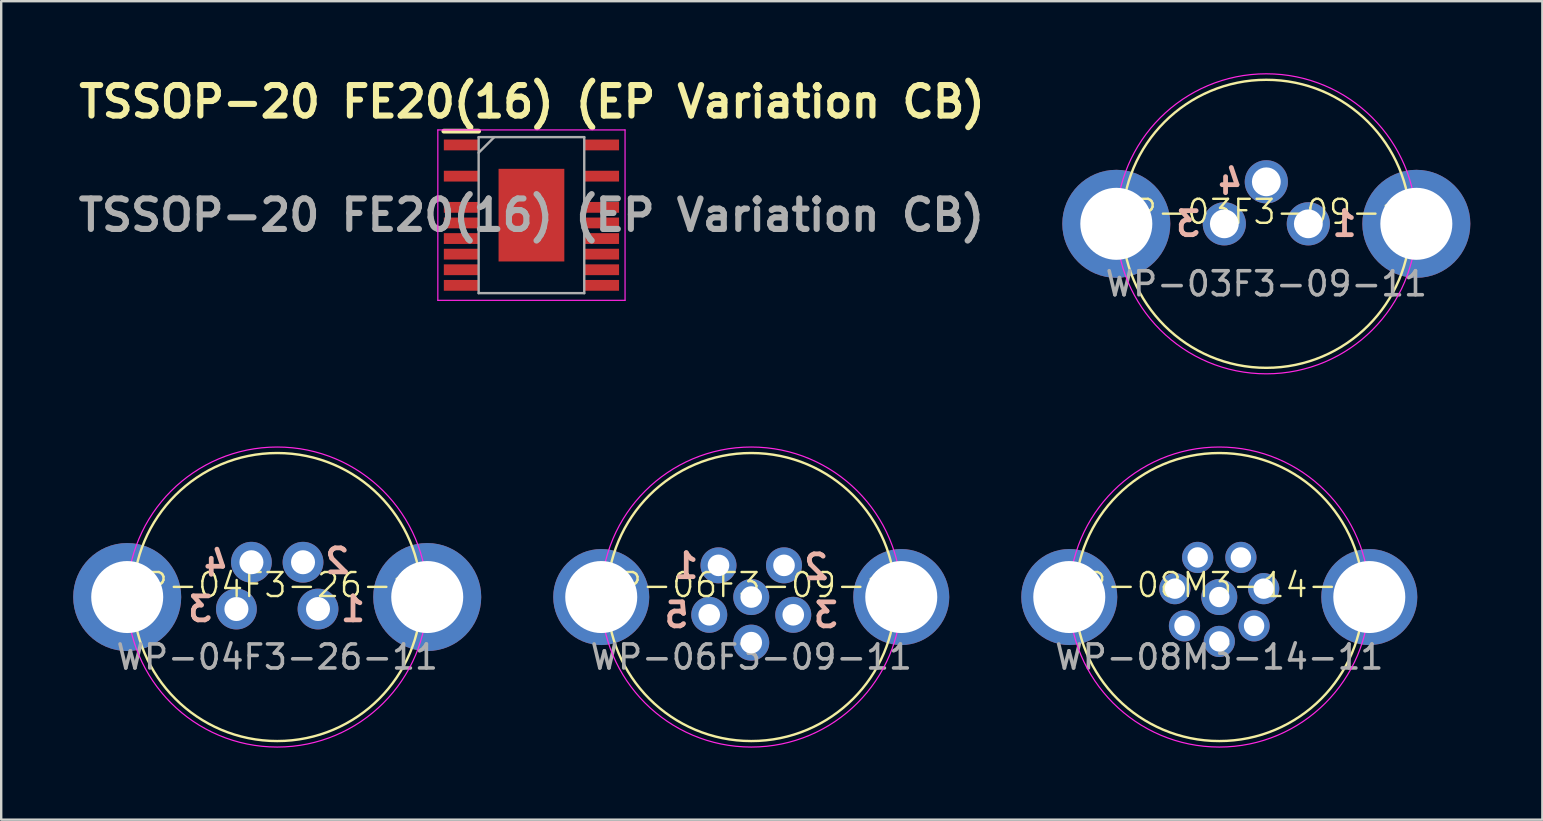
<source format=kicad_pcb>
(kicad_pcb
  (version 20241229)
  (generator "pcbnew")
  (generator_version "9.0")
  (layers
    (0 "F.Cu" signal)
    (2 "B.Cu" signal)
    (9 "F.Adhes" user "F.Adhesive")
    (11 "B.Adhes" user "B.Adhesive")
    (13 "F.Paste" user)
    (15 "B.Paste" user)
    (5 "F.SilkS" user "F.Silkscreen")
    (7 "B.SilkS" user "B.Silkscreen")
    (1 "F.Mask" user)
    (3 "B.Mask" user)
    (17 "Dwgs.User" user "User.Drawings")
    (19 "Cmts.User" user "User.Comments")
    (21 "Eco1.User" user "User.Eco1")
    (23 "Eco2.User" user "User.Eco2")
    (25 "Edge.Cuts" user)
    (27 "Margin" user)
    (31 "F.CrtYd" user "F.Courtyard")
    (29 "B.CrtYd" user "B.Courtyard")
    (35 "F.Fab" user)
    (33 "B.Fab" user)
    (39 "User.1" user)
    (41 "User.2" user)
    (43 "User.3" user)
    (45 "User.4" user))
  (footprint "WP-06F3-09-11"
    (layer "F.Cu")
    (at 28.25 21.825)
    (property "Reference" "WP-06F3-09-11" (at 0 -0.5 0) (unlocked yes) (layer "F.SilkS") (effects (font (size 1 1) (thickness 0.1))))
    (attr through_hole)
    (fp_circle (center 0 0) (end 6 0) (stroke (width 0.1) (type default)) (fill no) (layer "F.SilkS"))
    (fp_circle (center 0 0) (end 6.25 0) (stroke (width 0.05) (type default)) (fill no) (layer "F.CrtYd"))
    (fp_text user "3" (at 2.5 0.75 0) (unlocked yes) (layer "B.SilkS") (effects (font (size 1 1) (thickness 0.2) (bold yes)) (justify right mirror)))
    (fp_text user "1" (at -2.1 -1.3 0) (unlocked yes) (layer "B.SilkS") (effects (font (size 1 1) (thickness 0.2) (bold yes)) (justify left mirror)))
    (fp_text user "2" (at 2.1 -1.25 0) (unlocked yes) (layer "B.SilkS") (effects (font (size 1 1) (thickness 0.2) (bold yes)) (justify right mirror)))
    (fp_text user "5" (at -2.5 0.75 0) (unlocked yes) (layer "B.SilkS") (effects (font (size 1 1) (thickness 0.2) (bold yes)) (justify left mirror)))
    (fp_text user "${REFERENCE}" (at 0 2.5 0) (unlocked yes) (layer "F.Fab") (effects (font (size 1 1) (thickness 0.15))))
    (pad "1" thru_hole circle (at -1.365 -1.32) (size 1.5 1.5) (drill 0.9) (layers "*.Cu" "*.Mask"))
    (pad "2" thru_hole circle (at 1.365 -1.32) (size 1.5 1.5) (drill 0.9) (layers "*.Cu" "*.Mask"))
    (pad "3" thru_hole circle (at 1.75 0.74) (size 1.5 1.5) (drill 0.9) (layers "*.Cu" "*.Mask"))
    (pad "4" thru_hole circle (at 0 1.9) (size 1.5 1.5) (drill 0.9) (layers "*.Cu" "*.Mask"))
    (pad "5" thru_hole circle (at -1.75 0.74) (size 1.5 1.5) (drill 0.9) (layers "*.Cu" "*.Mask"))
    (pad "6" thru_hole circle (at 0 0) (size 1.5 1.5) (drill 0.9) (layers "*.Cu" "*.Mask"))
    (pad "SH" thru_hole circle (at -6.25 0) (size 4 4) (drill 3) (layers "*.Cu" "*.Mask"))
    (pad "SH" thru_hole circle (at 6.25 0) (size 4 4) (drill 3) (layers "*.Cu" "*.Mask")))
  (footprint "WP-04F3-26-11"
    (layer "F.Cu")
    (at 8.5 21.825)
    (property "Reference" "WP-04F3-26-11" (at 0 -0.5 0) (unlocked yes) (layer "F.SilkS") (effects (font (size 1 1) (thickness 0.1))))
    (attr through_hole)
    (fp_circle (center 0 0) (end 6 0) (stroke (width 0.1) (type default)) (fill no) (layer "F.SilkS"))
    (fp_circle (center 0 0) (end 6.25 0) (stroke (width 0.05) (type default)) (fill no) (layer "F.CrtYd"))
    (fp_text user "2" (at 1.9 -1.5 0) (unlocked yes) (layer "B.SilkS") (effects (font (size 1 1) (thickness 0.2) (bold yes)) (justify right mirror)))
    (fp_text user "4" (at -1.95 -1.4 0) (unlocked yes) (layer "B.SilkS") (effects (font (size 1 1) (thickness 0.2) (bold yes)) (justify left mirror)))
    (fp_text user "3" (at -2.6 0.5 0) (unlocked yes) (layer "B.SilkS") (effects (font (size 1 1) (thickness 0.2) (bold yes)) (justify left mirror)))
    (fp_text user "1" (at 2.55 0.5 0) (unlocked yes) (layer "B.SilkS") (effects (font (size 1 1) (thickness 0.2) (bold yes)) (justify right mirror)))
    (fp_text user "${REFERENCE}" (at 0 2.5 0) (unlocked yes) (layer "F.Fab") (effects (font (size 1 1) (thickness 0.15))))
    (pad "1" thru_hole circle (at 1.7 0.5) (size 1.7 1.7) (drill 1) (layers "*.Cu" "*.Mask"))
    (pad "2" thru_hole circle (at 1.075 -1.45) (size 1.7 1.7) (drill 1) (layers "*.Cu" "*.Mask"))
    (pad "3" thru_hole circle (at -1.7 0.5) (size 1.7 1.7) (drill 1) (layers "*.Cu" "*.Mask"))
    (pad "4" thru_hole circle (at -1.075 -1.45) (size 1.7 1.7) (drill 1) (layers "*.Cu" "*.Mask"))
    (pad "SH" thru_hole circle (at -6.25 0) (size 4.5 4.5) (drill 3) (layers "*.Cu" "*.Mask"))
    (pad "SH" thru_hole circle (at 6.25 0) (size 4.5 4.5) (drill 3) (layers "*.Cu" "*.Mask")))
  (footprint "WP-08M3-14-11"
    (layer "F.Cu")
    (at 47.75 21.825)
    (property "Reference" "WP-08M3-14-11" (at 0 -0.5 0) (unlocked yes) (layer "F.SilkS") (effects (font (size 1 1) (thickness 0.1))))
    (attr through_hole)
    (fp_circle (center 0 0) (end 6 0) (stroke (width 0.1) (type default)) (fill no) (layer "F.SilkS"))
    (fp_circle (center 0 0) (end 6.25 0) (stroke (width 0.05) (type default)) (fill no) (layer "F.CrtYd"))
    (fp_text user "${REFERENCE}" (at 0 2.5 0) (unlocked yes) (layer "F.Fab") (effects (font (size 1 1) (thickness 0.15))))
    (pad "1" thru_hole circle (at -0.9 -1.65) (size 1.3 1.3) (drill 0.85) (layers "*.Cu" "*.Mask"))
    (pad "2" thru_hole circle (at 0.9 -1.65) (size 1.3 1.3) (drill 0.85) (layers "*.Cu" "*.Mask"))
    (pad "3" thru_hole circle (at 1.85 -0.35) (size 1.3 1.3) (drill 0.85) (layers "*.Cu" "*.Mask"))
    (pad "4" thru_hole circle (at 1.45 1.2) (size 1.3 1.3) (drill 0.85) (layers "*.Cu" "*.Mask"))
    (pad "5" thru_hole circle (at 0 1.85) (size 1.3 1.3) (drill 0.85) (layers "*.Cu" "*.Mask"))
    (pad "6" thru_hole circle (at -1.45 1.2) (size 1.3 1.3) (drill 0.85) (layers "*.Cu" "*.Mask"))
    (pad "7" thru_hole circle (at -1.85 -0.35) (size 1.3 1.3) (drill 0.85) (layers "*.Cu" "*.Mask"))
    (pad "8" thru_hole circle (at 0 0) (size 1.5 1.5) (drill 0.85) (layers "*.Cu" "*.Mask"))
    (pad "9" thru_hole circle (at -6.25 0) (size 4 4) (drill 3) (layers "*.Cu" "*.Mask"))
    (pad "9" thru_hole circle (at 6.25 0) (size 4 4) (drill 3) (layers "*.Cu" "*.Mask")))
  (footprint "TSSOP-20 FE20(16) (EP Variation CB)"
    (layer "F.Cu")
    (at 19.092 5.914)
    (property "Reference" "TSSOP-20 FE20(16) (EP Variation CB)" (at 0.025 -4.725 0) (layer "F.SilkS") (effects (font (size 1.27 1.27) (thickness 0.254))))
    (attr smd)
    (fp_line (start -2.2 -3.5) (end -3.65 -3.5) (stroke (width 0.2) (type solid)) (layer "F.SilkS"))
    (fp_line (start -3.9 -3.55) (end -3.9 3.55) (stroke (width 0.05) (type solid)) (layer "F.CrtYd"))
    (fp_line (start -3.9 3.55) (end 3.9 3.55) (stroke (width 0.05) (type solid)) (layer "F.CrtYd"))
    (fp_line (start 3.9 -3.55) (end -3.9 -3.55) (stroke (width 0.05) (type solid)) (layer "F.CrtYd"))
    (fp_line (start 3.9 3.55) (end 3.9 -3.55) (stroke (width 0.05) (type solid)) (layer "F.CrtYd"))
    (fp_line (start -2.2 -3.25) (end -2.2 3.25) (stroke (width 0.1) (type solid)) (layer "F.Fab"))
    (fp_line (start -2.2 3.25) (end 2.2 3.25) (stroke (width 0.1) (type solid)) (layer "F.Fab"))
    (fp_line (start -1.55 -3.25) (end -2.2 -2.6) (stroke (width 0.1) (type solid)) (layer "F.Fab"))
    (fp_line (start 2.2 -3.25) (end -2.2 -3.25) (stroke (width 0.1) (type solid)) (layer "F.Fab"))
    (fp_line (start 2.2 3.25) (end 2.2 -3.25) (stroke (width 0.1) (type solid)) (layer "F.Fab"))
    (fp_text user "${REFERENCE}" (at 0 0 0) (layer "F.Fab") (effects (font (size 1.27 1.27) (thickness 0.254))))
    (pad "1" smd rect (at -2.925 -2.925 90) (size 0.45 1.45) (layers "F.Cu" "F.Mask" "F.Paste"))
    (pad "3" smd rect (at -2.925 -1.625 90) (size 0.45 1.45) (layers "F.Cu" "F.Mask" "F.Paste"))
    (pad "5" smd rect (at -2.925 -0.325 90) (size 0.45 1.45) (layers "F.Cu" "F.Mask" "F.Paste"))
    (pad "6" smd rect (at -2.925 0.325 90) (size 0.45 1.45) (layers "F.Cu" "F.Mask" "F.Paste"))
    (pad "7" smd rect (at -2.925 0.975 90) (size 0.45 1.45) (layers "F.Cu" "F.Mask" "F.Paste"))
    (pad "8" smd rect (at -2.925 1.625 90) (size 0.45 1.45) (layers "F.Cu" "F.Mask" "F.Paste"))
    (pad "9" smd rect (at -2.925 2.275 90) (size 0.45 1.45) (layers "F.Cu" "F.Mask" "F.Paste"))
    (pad "10" smd rect (at -2.925 2.925 90) (size 0.45 1.45) (layers "F.Cu" "F.Mask" "F.Paste"))
    (pad "11" smd rect (at 2.925 2.925 90) (size 0.45 1.45) (layers "F.Cu" "F.Mask" "F.Paste"))
    (pad "12" smd rect (at 2.925 2.275 90) (size 0.45 1.45) (layers "F.Cu" "F.Mask" "F.Paste"))
    (pad "13" smd rect (at 2.925 1.625 90) (size 0.45 1.45) (layers "F.Cu" "F.Mask" "F.Paste"))
    (pad "14" smd rect (at 2.925 0.975 90) (size 0.45 1.45) (layers "F.Cu" "F.Mask" "F.Paste"))
    (pad "15" smd rect (at 2.925 0.325 90) (size 0.45 1.45) (layers "F.Cu" "F.Mask" "F.Paste"))
    (pad "16" smd rect (at 2.925 -0.325 90) (size 0.45 1.45) (layers "F.Cu" "F.Mask" "F.Paste"))
    (pad "18" smd rect (at 2.925 -1.625 90) (size 0.45 1.45) (layers "F.Cu" "F.Mask" "F.Paste"))
    (pad "20" smd rect (at 2.925 -2.925 90) (size 0.45 1.45) (layers "F.Cu" "F.Mask" "F.Paste"))
    (pad "21" smd rect (at 0 0) (size 2.74 3.86) (layers "F.Cu" "F.Mask" "F.Paste")))
  (footprint "WP-03F3-09-11"
    (layer "F.Cu")
    (at 49.71 6.275)
    (property "Reference" "WP-03F3-09-11" (at 0 -0.5 0) (unlocked yes) (layer "F.SilkS") (effects (font (size 1 1) (thickness 0.1))))
    (attr through_hole)
    (fp_circle (center 0 0) (end 6 0) (stroke (width 0.1) (type default)) (fill no) (layer "F.SilkS"))
    (fp_circle (center 0 0) (end 6.25 0) (stroke (width 0.05) (type default)) (fill no) (layer "F.CrtYd"))
    (fp_text user "3" (at -2.65 0 0) (unlocked yes) (layer "B.SilkS") (effects (font (size 1 1) (thickness 0.2) (bold yes)) (justify left mirror)))
    (fp_text user "4" (at -0.9 -1.75 0) (unlocked yes) (layer "B.SilkS") (effects (font (size 1 1) (thickness 0.2) (bold yes)) (justify left mirror)))
    (fp_text user "1" (at 2.65 0 0) (unlocked yes) (layer "B.SilkS") (effects (font (size 1 1) (thickness 0.2) (bold yes)) (justify right mirror)))
    (fp_text user "${REFERENCE}" (at 0 2.5 0) (unlocked yes) (layer "F.Fab") (effects (font (size 1 1) (thickness 0.15))))
    (pad "1" thru_hole circle (at 1.75 0) (size 1.8 1.8) (drill 1.2) (layers "*.Cu" "*.Mask"))
    (pad "3" thru_hole circle (at -1.75 0) (size 1.8 1.8) (drill 1.2) (layers "*.Cu" "*.Mask"))
    (pad "4" thru_hole circle (at 0 -1.75) (size 1.8 1.8) (drill 1.2) (layers "*.Cu" "*.Mask"))
    (pad "SH" thru_hole circle (at -6.25 0) (size 4.5 4.5) (drill 3) (layers "*.Cu" "*.Mask"))
    (pad "SH" thru_hole circle (at 6.25 0) (size 4.5 4.5) (drill 3) (layers "*.Cu" "*.Mask")))
  (gr_rect
    (start -3 -3)
    (end 61.21 31.1)
    (stroke (width 0.1) (type default))
    (fill no)
    (layer "Edge.Cuts")))
</source>
